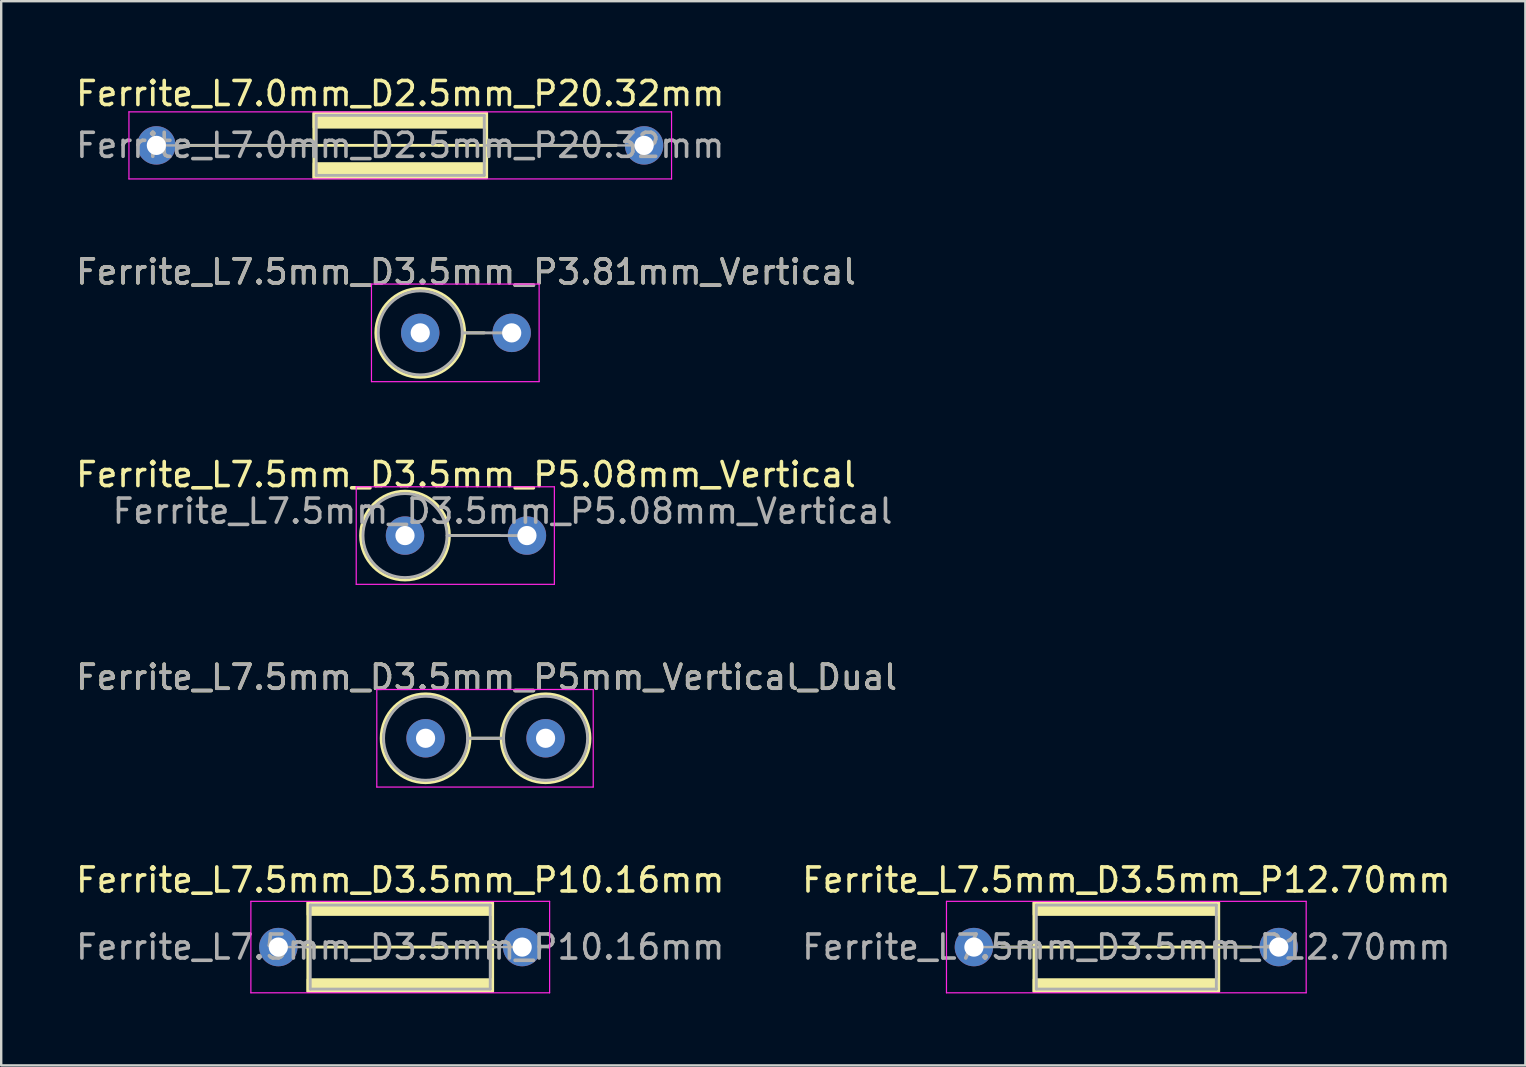
<source format=kicad_pcb>
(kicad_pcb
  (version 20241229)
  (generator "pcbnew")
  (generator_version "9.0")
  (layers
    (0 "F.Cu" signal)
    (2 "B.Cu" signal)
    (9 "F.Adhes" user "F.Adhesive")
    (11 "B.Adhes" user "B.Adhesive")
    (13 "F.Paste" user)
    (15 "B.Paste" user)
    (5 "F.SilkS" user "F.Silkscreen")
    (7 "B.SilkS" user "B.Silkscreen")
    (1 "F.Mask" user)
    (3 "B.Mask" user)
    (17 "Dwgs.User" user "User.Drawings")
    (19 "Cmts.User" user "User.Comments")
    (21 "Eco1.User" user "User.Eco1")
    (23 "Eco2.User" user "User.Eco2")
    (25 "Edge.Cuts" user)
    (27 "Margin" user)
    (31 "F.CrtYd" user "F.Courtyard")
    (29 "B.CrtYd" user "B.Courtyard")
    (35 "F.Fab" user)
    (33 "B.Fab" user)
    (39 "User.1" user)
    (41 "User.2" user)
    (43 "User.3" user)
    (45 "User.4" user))
  (footprint "Ferrite_L7.5mm_D3.5mm_P5mm_Vertical_Dual"
    (layer "F.Cu")
    (at 14.68 27.708)
    (property "Reference" "Ferrite_L7.5mm_D3.5mm_P5mm_Vertical_Dual" (at 2.54 -2.54 0) (layer "F.SilkS") (effects (font (size 1 1) (thickness 0.15))))
    (fp_line (start 1.85 0) (end 3.15 0) (stroke (width 0.12) (type solid)) (layer "F.SilkS"))
    (fp_circle (center 0 0) (end 0 -1.85) (stroke (width 0.12) (type solid)) (fill no) (layer "F.SilkS"))
    (fp_circle (center 5 0) (end 5 -1.85) (stroke (width 0.12) (type solid)) (fill no) (layer "F.SilkS"))
    (fp_line (start -2.032 -2.032) (end 6.985 -2.032) (stroke (width 0.05) (type solid)) (layer "F.CrtYd"))
    (fp_line (start -2.032 2.032) (end -2.032 -2.032) (stroke (width 0.05) (type solid)) (layer "F.CrtYd"))
    (fp_line (start 6.985 -2.032) (end 6.985 2.032) (stroke (width 0.05) (type solid)) (layer "F.CrtYd"))
    (fp_line (start 6.985 2.032) (end -2.032 2.032) (stroke (width 0.05) (type solid)) (layer "F.CrtYd"))
    (fp_line (start 1.75 0) (end 3.25 0) (stroke (width 0.12) (type solid)) (layer "F.Fab"))
    (fp_circle (center 0 0) (end 0 -1.75) (stroke (width 0.12) (type solid)) (fill no) (layer "F.Fab"))
    (fp_circle (center 5 0) (end 5 -1.75) (stroke (width 0.12) (type solid)) (fill no) (layer "F.Fab"))
    (fp_text user "${REFERENCE}" (at 2.54 -2.539 0) (layer "F.Fab") (effects (font (size 1 1) (thickness 0.15))))
    (pad "1" thru_hole circle (at 0 0) (size 1.6 1.6) (drill 0.8) (layers "*.Cu" "*.Mask"))
    (pad "2" thru_hole circle (at 5 0) (size 1.6 1.6) (drill 0.8) (layers "*.Cu" "*.Mask")))
  (footprint "Ferrite_L7.5mm_D3.5mm_P10.16mm"
    (layer "F.Cu")
    (at 8.545 36.407)
    (property "Reference" "Ferrite_L7.5mm_D3.5mm_P10.16mm" (at 5.08 -2.794 0) (layer "F.SilkS") (effects (font (size 1 1) (thickness 0.15))))
    (fp_line (start 6.694 0.000002) (end 1.143 0) (stroke (width 0.12) (type solid)) (layer "F.SilkS"))
    (fp_line (start 6.694 0.000002) (end 9.017 0) (stroke (width 0.12) (type solid)) (layer "F.SilkS"))
    (fp_rect (start 1.23 -1.85) (end 8.93 1.85) (stroke (width 0.12) (type solid)) (fill no) (layer "F.SilkS"))
    (fp_poly (pts (xy 1.23 1.35) (xy 8.93 1.35) (xy 8.93 1.85) (xy 1.23 1.85)) (stroke (width 0.1) (type solid)) (fill yes) (layer "F.SilkS"))
    (fp_poly (pts (xy 8.93 -1.35) (xy 1.23 -1.35) (xy 1.23 -1.85) (xy 8.93 -1.85)) (stroke (width 0.1) (type solid)) (fill yes) (layer "F.SilkS"))
    (fp_line (start -1.143 -1.905) (end 11.303 -1.905) (stroke (width 0.05) (type solid)) (layer "F.CrtYd"))
    (fp_line (start -1.143 1.905) (end -1.143 -1.905) (stroke (width 0.05) (type solid)) (layer "F.CrtYd"))
    (fp_line (start 11.303 -1.905) (end 11.303 1.905) (stroke (width 0.05) (type solid)) (layer "F.CrtYd"))
    (fp_line (start 11.303 1.905) (end -1.143 1.905) (stroke (width 0.05) (type solid)) (layer "F.CrtYd"))
    (fp_line (start 0 0) (end 1.33 0) (stroke (width 0.1) (type solid)) (layer "F.Fab"))
    (fp_line (start 1.33 -1.75) (end 8.83 -1.75) (stroke (width 0.12) (type solid)) (layer "F.Fab"))
    (fp_line (start 1.33 1.75) (end 1.33 -1.75) (stroke (width 0.12) (type solid)) (layer "F.Fab"))
    (fp_line (start 8.83 -1.75) (end 8.83 1.75) (stroke (width 0.12) (type solid)) (layer "F.Fab"))
    (fp_line (start 8.83 1.75) (end 1.33 1.75) (stroke (width 0.12) (type solid)) (layer "F.Fab"))
    (fp_line (start 10.16 0) (end 8.83 0) (stroke (width 0.1) (type solid)) (layer "F.Fab"))
    (fp_text user "${REFERENCE}" (at 5.08 0 0) (layer "F.Fab") (effects (font (size 1 1) (thickness 0.15))))
    (pad "1" thru_hole circle (at 0 0) (size 1.6 1.6) (drill 0.8) (layers "*.Cu" "*.Mask"))
    (pad "2" thru_hole circle (at 10.16 0) (size 1.6 1.6) (drill 0.8) (layers "*.Cu" "*.Mask")))
  (footprint "Ferrite_L7.0mm_D2.5mm_P20.32mm"
    (layer "F.Cu")
    (at 3.465 3.007)
    (property "Reference" "Ferrite_L7.0mm_D2.5mm_P20.32mm" (at 10.16 -2.159 0) (layer "F.SilkS") (effects (font (size 1 1) (thickness 0.15))))
    (fp_line (start 11.774 0.000002) (end 1.16 0) (stroke (width 0.12) (type solid)) (layer "F.SilkS"))
    (fp_line (start 11.774 0.000002) (end 19.16 0) (stroke (width 0.12) (type solid)) (layer "F.SilkS"))
    (fp_rect (start 6.56 -1.35) (end 13.76 1.35) (stroke (width 0.12) (type solid)) (fill no) (layer "F.SilkS"))
    (fp_poly (pts (xy 13.76 -0.75) (xy 6.56 -0.75) (xy 6.56 -1.35) (xy 13.76 -1.35)) (stroke (width 0.1) (type solid)) (fill yes) (layer "F.SilkS"))
    (fp_poly (pts (xy 13.76 1.35) (xy 6.56 1.35) (xy 6.56 0.75) (xy 13.76 0.75)) (stroke (width 0.1) (type solid)) (fill yes) (layer "F.SilkS"))
    (fp_line (start -1.143 -1.397) (end 21.463 -1.397) (stroke (width 0.05) (type solid)) (layer "F.CrtYd"))
    (fp_line (start -1.143 1.397) (end -1.143 -1.397) (stroke (width 0.05) (type solid)) (layer "F.CrtYd"))
    (fp_line (start 21.463 -1.397) (end 21.463 1.397) (stroke (width 0.05) (type solid)) (layer "F.CrtYd"))
    (fp_line (start 21.463 1.397) (end -1.143 1.397) (stroke (width 0.05) (type solid)) (layer "F.CrtYd"))
    (fp_line (start 0 0) (end 6.66 0) (stroke (width 0.1) (type solid)) (layer "F.Fab"))
    (fp_line (start 6.66 -1.25) (end 6.66 0) (stroke (width 0.12) (type solid)) (layer "F.Fab"))
    (fp_line (start 6.66 0) (end 6.66 1.25) (stroke (width 0.12) (type solid)) (layer "F.Fab"))
    (fp_line (start 6.66 1.25) (end 13.66 1.25) (stroke (width 0.12) (type solid)) (layer "F.Fab"))
    (fp_line (start 13.66 -1.25) (end 6.66 -1.25) (stroke (width 0.12) (type solid)) (layer "F.Fab"))
    (fp_line (start 13.66 1.25) (end 13.66 -1.25) (stroke (width 0.12) (type solid)) (layer "F.Fab"))
    (fp_line (start 20.32 0) (end 13.66 0) (stroke (width 0.1) (type solid)) (layer "F.Fab"))
    (fp_text user "${REFERENCE}" (at 10.16 0 0) (layer "F.Fab") (effects (font (size 1 1) (thickness 0.15))))
    (pad "1" thru_hole circle (at 0 0) (size 1.6 1.6) (drill 0.8) (layers "*.Cu" "*.Mask"))
    (pad "2" thru_hole circle (at 20.32 0) (size 1.6 1.6) (drill 0.8) (layers "*.Cu" "*.Mask")))
  (footprint "Ferrite_L7.5mm_D3.5mm_P3.81mm_Vertical"
    (layer "F.Cu")
    (at 14.458 10.818)
    (property "Reference" "Ferrite_L7.5mm_D3.5mm_P3.81mm_Vertical" (at 1.905 -2.54 0) (layer "F.SilkS") (effects (font (size 1 1) (thickness 0.15))))
    (fp_line (start 1.85 0) (end 2.667 0) (stroke (width 0.12) (type solid)) (layer "F.SilkS"))
    (fp_circle (center 0 0) (end 0 -1.85) (stroke (width 0.12) (type solid)) (fill no) (layer "F.SilkS"))
    (fp_line (start -2.032 -2.032) (end 4.953 -2.032) (stroke (width 0.05) (type solid)) (layer "F.CrtYd"))
    (fp_line (start -2.032 2.032) (end -2.032 -2.032) (stroke (width 0.05) (type solid)) (layer "F.CrtYd"))
    (fp_line (start 4.953 -2.032) (end 4.953 2.032) (stroke (width 0.05) (type solid)) (layer "F.CrtYd"))
    (fp_line (start 4.953 2.032) (end -2.032 2.032) (stroke (width 0.05) (type solid)) (layer "F.CrtYd"))
    (fp_line (start 1.75 0) (end 3.81 0) (stroke (width 0.12) (type solid)) (layer "F.Fab"))
    (fp_circle (center 0 0) (end 0 -1.75) (stroke (width 0.12) (type solid)) (fill no) (layer "F.Fab"))
    (fp_text user "${REFERENCE}" (at 1.905 -2.539 0) (layer "F.Fab") (effects (font (size 1 1) (thickness 0.15))))
    (pad "1" thru_hole circle (at 0 0) (size 1.6 1.6) (drill 0.8) (layers "*.Cu" "*.Mask"))
    (pad "2" thru_hole circle (at 3.81 0) (size 1.6 1.6) (drill 0.8) (layers "*.Cu" "*.Mask")))
  (footprint "Ferrite_L7.5mm_D3.5mm_P12.70mm"
    (layer "F.Cu")
    (at 37.525 36.407)
    (property "Reference" "Ferrite_L7.5mm_D3.5mm_P12.70mm" (at 6.35 -2.794 0) (layer "F.SilkS") (effects (font (size 1 1) (thickness 0.15))))
    (fp_line (start 6.694 0.000002) (end 1.143 0) (stroke (width 0.12) (type solid)) (layer "F.SilkS"))
    (fp_line (start 6.694 0.000002) (end 11.557 0) (stroke (width 0.12) (type solid)) (layer "F.SilkS"))
    (fp_rect (start 2.5 -1.85) (end 10.2 1.85) (stroke (width 0.12) (type solid)) (fill no) (layer "F.SilkS"))
    (fp_poly (pts (xy 2.5 1.35) (xy 10.2 1.35) (xy 10.2 1.85) (xy 2.5 1.85)) (stroke (width 0.1) (type solid)) (fill yes) (layer "F.SilkS"))
    (fp_poly (pts (xy 10.2 -1.35) (xy 2.5 -1.35) (xy 2.5 -1.85) (xy 10.2 -1.85)) (stroke (width 0.1) (type solid)) (fill yes) (layer "F.SilkS"))
    (fp_line (start -1.143 -1.905) (end 13.843 -1.905) (stroke (width 0.05) (type solid)) (layer "F.CrtYd"))
    (fp_line (start -1.143 1.905) (end -1.143 -1.905) (stroke (width 0.05) (type solid)) (layer "F.CrtYd"))
    (fp_line (start 13.843 -1.905) (end 13.843 1.905) (stroke (width 0.05) (type solid)) (layer "F.CrtYd"))
    (fp_line (start 13.843 1.905) (end -1.143 1.905) (stroke (width 0.05) (type solid)) (layer "F.CrtYd"))
    (fp_line (start 0 0) (end 2.6 0) (stroke (width 0.1) (type solid)) (layer "F.Fab"))
    (fp_line (start 2.6 -1.75) (end 10.1 -1.75) (stroke (width 0.12) (type solid)) (layer "F.Fab"))
    (fp_line (start 2.6 1.75) (end 2.6 -1.75) (stroke (width 0.12) (type solid)) (layer "F.Fab"))
    (fp_line (start 10.1 -1.75) (end 10.1 1.75) (stroke (width 0.12) (type solid)) (layer "F.Fab"))
    (fp_line (start 10.1 1.75) (end 2.6 1.75) (stroke (width 0.12) (type solid)) (layer "F.Fab"))
    (fp_line (start 12.446 0) (end 10.1 0) (stroke (width 0.1) (type solid)) (layer "F.Fab"))
    (fp_text user "${REFERENCE}" (at 6.35 0 0) (layer "F.Fab") (effects (font (size 1 1) (thickness 0.15))))
    (pad "1" thru_hole circle (at 0 0) (size 1.6 1.6) (drill 0.8) (layers "*.Cu" "*.Mask"))
    (pad "2" thru_hole circle (at 12.7 0) (size 1.6 1.6) (drill 0.8) (layers "*.Cu" "*.Mask")))
  (footprint "Ferrite_L7.5mm_D3.5mm_P5.08mm_Vertical"
    (layer "F.Cu")
    (at 13.823 19.263)
    (property "Reference" "Ferrite_L7.5mm_D3.5mm_P5.08mm_Vertical" (at 2.54 -2.54 0) (layer "F.SilkS") (effects (font (size 1 1) (thickness 0.15))))
    (fp_line (start 1.85 0) (end 3.937 0) (stroke (width 0.12) (type solid)) (layer "F.SilkS"))
    (fp_circle (center 0 0) (end 0 -1.85) (stroke (width 0.12) (type solid)) (fill no) (layer "F.SilkS"))
    (fp_line (start -2.032 -2.032) (end 6.223 -2.032) (stroke (width 0.05) (type solid)) (layer "F.CrtYd"))
    (fp_line (start -2.032 2.032) (end -2.032 -2.032) (stroke (width 0.05) (type solid)) (layer "F.CrtYd"))
    (fp_line (start 6.223 -2.032) (end 6.223 2.032) (stroke (width 0.05) (type solid)) (layer "F.CrtYd"))
    (fp_line (start 6.223 2.032) (end -2.032 2.032) (stroke (width 0.05) (type solid)) (layer "F.CrtYd"))
    (fp_line (start 1.75 0) (end 5.08 0) (stroke (width 0.12) (type solid)) (layer "F.Fab"))
    (fp_circle (center 0 0) (end 0 -1.75) (stroke (width 0.12) (type solid)) (fill no) (layer "F.Fab"))
    (fp_text user "${REFERENCE}" (at 4.064 -1.016 0) (layer "F.Fab") (effects (font (size 1 1) (thickness 0.15))))
    (pad "1" thru_hole circle (at 0 0) (size 1.6 1.6) (drill 0.8) (layers "*.Cu" "*.Mask"))
    (pad "2" thru_hole circle (at 5.08 0) (size 1.6 1.6) (drill 0.8) (layers "*.Cu" "*.Mask")))
  (gr_rect
    (start -3 -3)
    (end 60.5 41.337)
    (stroke (width 0.1) (type default))
    (fill no)
    (layer "Edge.Cuts")))
</source>
